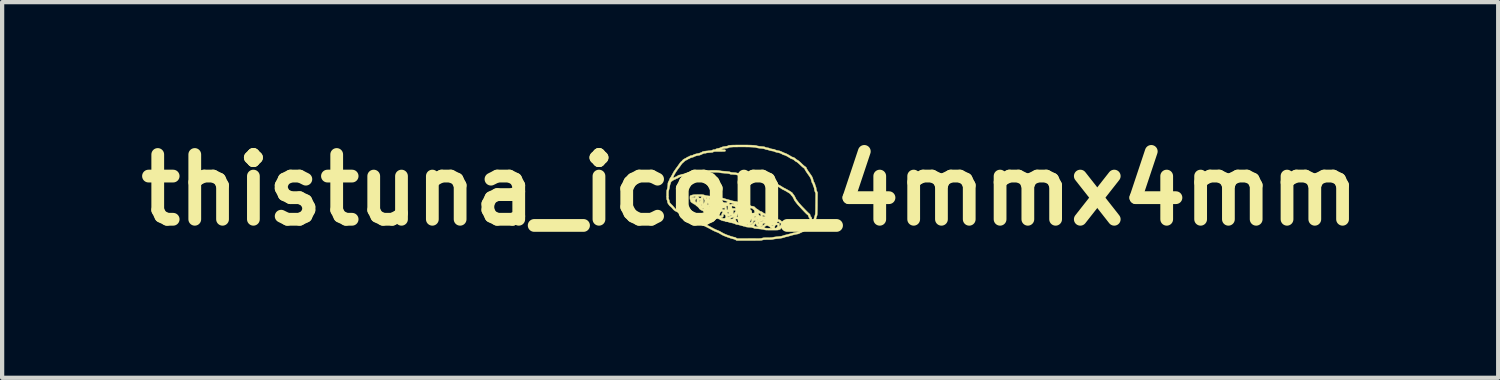
<source format=kicad_pcb>
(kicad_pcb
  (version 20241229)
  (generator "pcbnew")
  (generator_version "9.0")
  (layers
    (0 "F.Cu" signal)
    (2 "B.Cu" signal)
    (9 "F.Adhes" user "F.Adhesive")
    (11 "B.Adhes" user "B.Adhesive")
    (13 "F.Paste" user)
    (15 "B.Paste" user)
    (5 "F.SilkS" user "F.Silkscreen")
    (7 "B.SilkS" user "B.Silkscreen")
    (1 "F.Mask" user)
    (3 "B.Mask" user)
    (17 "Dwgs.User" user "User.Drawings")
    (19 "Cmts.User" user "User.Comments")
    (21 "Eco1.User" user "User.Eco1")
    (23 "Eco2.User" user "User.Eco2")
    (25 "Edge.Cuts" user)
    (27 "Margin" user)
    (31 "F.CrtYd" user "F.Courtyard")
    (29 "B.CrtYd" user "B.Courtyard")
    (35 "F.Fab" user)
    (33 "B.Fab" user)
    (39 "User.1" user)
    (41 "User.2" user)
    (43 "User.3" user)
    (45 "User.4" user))
  (footprint "thistuna_icon_4mmx4mm"
    (layer "F.Cu")
    (at 14.594 1.418)
    (property "Reference" "thistuna_icon_4mmx4mm" (at 0 0 0) (layer "F.SilkS") (effects (font (size 1.524 1.524) (thickness 0.3))))
    (attr through_hole)
    (fp_poly (pts (xy -0.136 -1.058) (xy -0.072 -1.057) (xy -0.015 -1.056) (xy 0.035 -1.054) (xy 0.077 -1.052) (xy 0.11 -1.049) (xy 0.135 -1.046) (xy 0.149 -1.042) (xy 0.15 -1.042) (xy 0.169 -1.036) (xy 0.197 -1.031) (xy 0.233 -1.026) (xy 0.276 -1.022) (xy 0.282 -1.022) (xy 0.31 -1.019) (xy 0.331 -1.016) (xy 0.347 -1.01) (xy 0.355 -1.006) (xy 0.377 -0.998) (xy 0.402 -0.993) (xy 0.409 -0.992) (xy 0.427 -0.99) (xy 0.443 -0.986) (xy 0.45 -0.983) (xy 0.464 -0.976) (xy 0.484 -0.97) (xy 0.507 -0.965) (xy 0.528 -0.961) (xy 0.541 -0.96) (xy 0.556 -0.958) (xy 0.575 -0.952) (xy 0.588 -0.945) (xy 0.62 -0.933) (xy 0.657 -0.925) (xy 0.661 -0.924) (xy 0.687 -0.92) (xy 0.711 -0.912) (xy 0.737 -0.901) (xy 0.752 -0.894) (xy 0.775 -0.883) (xy 0.797 -0.874) (xy 0.815 -0.866) (xy 0.823 -0.864) (xy 0.839 -0.858) (xy 0.861 -0.848) (xy 0.887 -0.834) (xy 0.915 -0.818) (xy 0.943 -0.802) (xy 0.963 -0.789) (xy 0.981 -0.779) (xy 1 -0.772) (xy 1.01 -0.769) (xy 1.025 -0.765) (xy 1.04 -0.757) (xy 1.057 -0.743) (xy 1.064 -0.738) (xy 1.082 -0.722) (xy 1.102 -0.709) (xy 1.119 -0.699) (xy 1.12 -0.698) (xy 1.135 -0.689) (xy 1.154 -0.674) (xy 1.178 -0.653) (xy 1.204 -0.628) (xy 1.226 -0.606) (xy 1.249 -0.585) (xy 1.269 -0.568) (xy 1.286 -0.555) (xy 1.292 -0.551) (xy 1.306 -0.541) (xy 1.317 -0.532) (xy 1.321 -0.526) (xy 1.324 -0.515) (xy 1.332 -0.497) (xy 1.345 -0.475) (xy 1.362 -0.449) (xy 1.382 -0.42) (xy 1.391 -0.407) (xy 1.417 -0.371) (xy 1.437 -0.342) (xy 1.453 -0.317) (xy 1.464 -0.295) (xy 1.472 -0.275) (xy 1.478 -0.255) (xy 1.481 -0.243) (xy 1.489 -0.212) (xy 1.499 -0.188) (xy 1.505 -0.178) (xy 1.515 -0.161) (xy 1.523 -0.143) (xy 1.524 -0.135) (xy 1.529 -0.119) (xy 1.535 -0.099) (xy 1.541 -0.084) (xy 1.55 -0.059) (xy 1.554 -0.035) (xy 1.554 -0.029) (xy 1.558 -0.002) (xy 1.57 0.029) (xy 1.585 0.063) (xy 1.583 0.31) (xy 1.583 0.372) (xy 1.582 0.425) (xy 1.581 0.469) (xy 1.58 0.506) (xy 1.579 0.536) (xy 1.578 0.559) (xy 1.577 0.578) (xy 1.575 0.592) (xy 1.573 0.603) (xy 1.57 0.611) (xy 1.567 0.616) (xy 1.567 0.617) (xy 1.562 0.628) (xy 1.557 0.644) (xy 1.555 0.654) (xy 1.551 0.671) (xy 1.543 0.693) (xy 1.532 0.72) (xy 1.517 0.754) (xy 1.501 0.791) (xy 1.493 0.806) (xy 1.485 0.817) (xy 1.481 0.821) (xy 1.474 0.828) (xy 1.473 0.833) (xy 1.471 0.843) (xy 1.468 0.846) (xy 1.465 0.853) (xy 1.463 0.865) (xy 1.463 0.865) (xy 1.461 0.879) (xy 1.457 0.888) (xy 1.457 0.888) (xy 1.446 0.893) (xy 1.432 0.893) (xy 1.424 0.889) (xy 1.42 0.887) (xy 1.413 0.888) (xy 1.403 0.892) (xy 1.388 0.899) (xy 1.368 0.909) (xy 1.341 0.924) (xy 1.308 0.943) (xy 1.267 0.967) (xy 1.259 0.972) (xy 1.238 0.983) (xy 1.216 0.994) (xy 1.198 1.003) (xy 1.179 1.011) (xy 1.161 1.02) (xy 1.153 1.024) (xy 1.136 1.032) (xy 1.113 1.037) (xy 1.102 1.038) (xy 1.082 1.042) (xy 1.054 1.048) (xy 1.019 1.056) (xy 0.98 1.066) (xy 0.939 1.078) (xy 0.898 1.09) (xy 0.878 1.096) (xy 0.86 1.1) (xy 0.848 1.102) (xy 0.847 1.102) (xy 0.837 1.104) (xy 0.821 1.109) (xy 0.801 1.115) (xy 0.792 1.118) (xy 0.754 1.129) (xy 0.713 1.137) (xy 0.704 1.138) (xy 0.66 1.143) (xy 0.624 1.146) (xy 0.596 1.15) (xy 0.574 1.153) (xy 0.556 1.156) (xy 0.541 1.159) (xy 0.536 1.16) (xy 0.518 1.164) (xy 0.493 1.166) (xy 0.461 1.168) (xy 0.42 1.168) (xy 0.411 1.168) (xy 0.376 1.168) (xy 0.349 1.169) (xy 0.329 1.17) (xy 0.313 1.172) (xy 0.3 1.175) (xy 0.288 1.178) (xy 0.287 1.179) (xy 0.28 1.181) (xy 0.273 1.183) (xy 0.265 1.184) (xy 0.255 1.185) (xy 0.242 1.186) (xy 0.225 1.187) (xy 0.203 1.188) (xy 0.176 1.188) (xy 0.142 1.188) (xy 0.102 1.189) (xy 0.053 1.189) (xy -0.005 1.189) (xy -0.03 1.189) (xy -0.318 1.189) (xy -0.341 1.174) (xy -0.359 1.165) (xy -0.381 1.157) (xy -0.399 1.152) (xy -0.424 1.146) (xy -0.451 1.138) (xy -0.483 1.127) (xy -0.522 1.114) (xy -0.567 1.097) (xy -0.584 1.091) (xy -0.63 1.072) (xy -0.668 1.053) (xy -0.698 1.035) (xy -0.744 1.008) (xy -0.792 0.988) (xy -0.793 0.988) (xy -0.824 0.976) (xy -0.862 0.958) (xy -0.904 0.936) (xy -0.925 0.924) (xy -0.959 0.906) (xy -0.999 0.885) (xy -1.04 0.865) (xy -1.079 0.846) (xy -1.097 0.838) (xy -1.128 0.824) (xy -1.159 0.811) (xy -1.186 0.798) (xy -1.208 0.788) (xy -1.222 0.781) (xy -1.24 0.773) (xy -1.265 0.762) (xy -1.293 0.75) (xy -1.322 0.738) (xy -1.326 0.736) (xy -1.362 0.721) (xy -1.399 0.703) (xy -1.438 0.681) (xy -1.481 0.654) (xy -1.53 0.623) (xy -1.568 0.596) (xy -1.593 0.58) (xy -1.621 0.564) (xy -1.649 0.549) (xy -1.66 0.544) (xy -1.698 0.527) (xy -1.728 0.513) (xy -1.751 0.501) (xy -1.77 0.49) (xy -1.785 0.479) (xy -1.799 0.467) (xy -1.812 0.453) (xy -1.821 0.442) (xy -1.838 0.422) (xy -1.855 0.404) (xy -1.871 0.39) (xy -1.878 0.385) (xy -1.89 0.375) (xy -1.898 0.368) (xy -1.9 0.365) (xy -1.903 0.359) (xy -1.911 0.349) (xy -1.917 0.342) (xy -1.935 0.315) (xy -1.945 0.287) (xy -1.946 0.273) (xy -1.948 0.259) (xy -1.954 0.243) (xy -1.956 0.239) (xy -1.959 0.231) (xy -1.962 0.222) (xy -1.964 0.212) (xy -1.965 0.197) (xy -1.966 0.176) (xy -1.966 0.148) (xy -1.966 0.117) (xy -1.966 0.116) (xy -1.92 0.116) (xy -1.92 0.149) (xy -1.92 0.173) (xy -1.919 0.191) (xy -1.917 0.203) (xy -1.915 0.213) (xy -1.911 0.222) (xy -1.91 0.224) (xy -1.904 0.241) (xy -1.9 0.258) (xy -1.9 0.261) (xy -1.899 0.275) (xy -1.896 0.288) (xy -1.889 0.3) (xy -1.877 0.315) (xy -1.859 0.334) (xy -1.85 0.343) (xy -1.829 0.363) (xy -1.809 0.385) (xy -1.791 0.406) (xy -1.782 0.416) (xy -1.772 0.428) (xy -1.762 0.438) (xy -1.752 0.447) (xy -1.739 0.455) (xy -1.722 0.465) (xy -1.699 0.476) (xy -1.67 0.489) (xy -1.646 0.5) (xy -1.617 0.515) (xy -1.584 0.532) (xy -1.552 0.551) (xy -1.531 0.565) (xy -1.489 0.594) (xy -1.452 0.618) (xy -1.421 0.638) (xy -1.392 0.654) (xy -1.365 0.669) (xy -1.338 0.682) (xy -1.309 0.695) (xy -1.294 0.701) (xy -1.23 0.728) (xy -1.166 0.756) (xy -1.105 0.784) (xy -1.047 0.811) (xy -0.993 0.837) (xy -0.946 0.861) (xy -0.907 0.882) (xy -0.899 0.886) (xy -0.855 0.91) (xy -0.815 0.93) (xy -0.78 0.944) (xy -0.77 0.948) (xy -0.718 0.97) (xy -0.673 0.996) (xy -0.628 1.022) (xy -0.576 1.045) (xy -0.561 1.051) (xy -0.51 1.07) (xy -0.466 1.085) (xy -0.428 1.097) (xy -0.397 1.106) (xy -0.376 1.11) (xy -0.375 1.11) (xy -0.355 1.115) (xy -0.335 1.124) (xy -0.329 1.128) (xy -0.307 1.142) (xy -0.027 1.143) (xy 0.033 1.143) (xy 0.084 1.143) (xy 0.127 1.143) (xy 0.163 1.142) (xy 0.192 1.142) (xy 0.215 1.142) (xy 0.233 1.141) (xy 0.247 1.14) (xy 0.258 1.139) (xy 0.266 1.137) (xy 0.274 1.135) (xy 0.28 1.133) (xy 0.282 1.133) (xy 0.294 1.129) (xy 0.307 1.126) (xy 0.322 1.125) (xy 0.341 1.123) (xy 0.367 1.123) (xy 0.401 1.123) (xy 0.406 1.123) (xy 0.448 1.122) (xy 0.482 1.121) (xy 0.508 1.119) (xy 0.528 1.116) (xy 0.533 1.115) (xy 0.553 1.11) (xy 0.577 1.106) (xy 0.606 1.102) (xy 0.642 1.098) (xy 0.686 1.094) (xy 0.699 1.092) (xy 0.726 1.089) (xy 0.751 1.083) (xy 0.77 1.077) (xy 0.787 1.071) (xy 0.809 1.064) (xy 0.834 1.058) (xy 0.841 1.056) (xy 0.864 1.051) (xy 0.893 1.044) (xy 0.924 1.035) (xy 0.954 1.027) (xy 0.955 1.026) (xy 0.985 1.018) (xy 1.016 1.01) (xy 1.045 1.003) (xy 1.069 0.998) (xy 1.069 0.998) (xy 1.093 0.993) (xy 1.115 0.988) (xy 1.132 0.982) (xy 1.135 0.981) (xy 1.151 0.973) (xy 1.171 0.964) (xy 1.189 0.955) (xy 1.208 0.946) (xy 1.232 0.933) (xy 1.257 0.919) (xy 1.27 0.912) (xy 1.295 0.898) (xy 1.322 0.883) (xy 1.346 0.869) (xy 1.356 0.864) (xy 1.381 0.851) (xy 1.398 0.84) (xy 1.409 0.832) (xy 1.415 0.822) (xy 1.417 0.811) (xy 1.416 0.796) (xy 1.415 0.787) (xy 1.412 0.749) (xy 1.409 0.72) (xy 1.407 0.699) (xy 1.404 0.683) (xy 1.4 0.672) (xy 1.396 0.664) (xy 1.391 0.659) (xy 1.381 0.645) (xy 1.373 0.625) (xy 1.372 0.62) (xy 1.366 0.603) (xy 1.359 0.591) (xy 1.347 0.582) (xy 1.337 0.574) (xy 1.321 0.56) (xy 1.303 0.542) (xy 1.284 0.522) (xy 1.279 0.518) (xy 1.257 0.494) (xy 1.231 0.467) (xy 1.204 0.438) (xy 1.178 0.41) (xy 1.17 0.401) (xy 1.149 0.378) (xy 1.129 0.356) (xy 1.112 0.337) (xy 1.1 0.322) (xy 1.095 0.315) (xy 1.082 0.298) (xy 1.067 0.279) (xy 1.061 0.272) (xy 1.051 0.258) (xy 1.039 0.238) (xy 1.028 0.215) (xy 1.024 0.208) (xy 1.008 0.175) (xy 0.99 0.15) (xy 0.985 0.144) (xy 0.972 0.13) (xy 0.961 0.116) (xy 0.958 0.109) (xy 0.948 0.097) (xy 0.931 0.082) (xy 0.916 0.072) (xy 0.891 0.057) (xy 0.865 0.041) (xy 0.838 0.025) (xy 0.813 0.012) (xy 0.792 0.001) (xy 0.777 -0.006) (xy 0.775 -0.007) (xy 0.763 -0.012) (xy 0.747 -0.022) (xy 0.73 -0.033) (xy 0.698 -0.055) (xy 0.659 -0.077) (xy 0.615 -0.099) (xy 0.569 -0.119) (xy 0.524 -0.137) (xy 0.482 -0.151) (xy 0.454 -0.158) (xy 0.425 -0.167) (xy 0.397 -0.182) (xy 0.396 -0.183) (xy 0.363 -0.201) (xy 0.336 -0.208) (xy 0.316 -0.212) (xy 0.297 -0.218) (xy 0.287 -0.221) (xy 0.269 -0.228) (xy 0.243 -0.237) (xy 0.214 -0.245) (xy 0.183 -0.254) (xy 0.155 -0.262) (xy 0.131 -0.267) (xy 0.122 -0.269) (xy 0.103 -0.274) (xy 0.085 -0.28) (xy 0.076 -0.285) (xy 0.06 -0.292) (xy 0.045 -0.295) (xy 0.033 -0.296) (xy 0.014 -0.3) (xy -0.009 -0.305) (xy -0.02 -0.308) (xy -0.043 -0.313) (xy -0.067 -0.318) (xy -0.094 -0.322) (xy -0.127 -0.326) (xy -0.166 -0.329) (xy -0.213 -0.333) (xy -0.218 -0.333) (xy -0.242 -0.336) (xy -0.266 -0.34) (xy -0.285 -0.345) (xy -0.287 -0.346) (xy -0.335 -0.359) (xy -0.391 -0.365) (xy -0.415 -0.366) (xy -0.443 -0.367) (xy -0.463 -0.37) (xy -0.474 -0.374) (xy -0.485 -0.379) (xy -0.501 -0.383) (xy -0.523 -0.387) (xy -0.551 -0.39) (xy -0.587 -0.393) (xy -0.625 -0.396) (xy -0.653 -0.398) (xy -0.681 -0.401) (xy -0.705 -0.405) (xy -0.722 -0.408) (xy -0.723 -0.409) (xy -0.731 -0.411) (xy -0.74 -0.412) (xy -0.752 -0.413) (xy -0.767 -0.414) (xy -0.787 -0.415) (xy -0.812 -0.415) (xy -0.843 -0.415) (xy -0.881 -0.415) (xy -0.928 -0.415) (xy -0.982 -0.414) (xy -1.05 -0.414) (xy -1.109 -0.413) (xy -1.159 -0.412) (xy -1.2 -0.411) (xy -1.234 -0.41) (xy -1.261 -0.408) (xy -1.281 -0.407) (xy -1.295 -0.405) (xy -1.304 -0.403) (xy -1.308 -0.401) (xy -1.315 -0.398) (xy -1.329 -0.397) (xy -1.343 -0.396) (xy -1.366 -0.395) (xy -1.386 -0.389) (xy -1.407 -0.381) (xy -1.43 -0.371) (xy -1.455 -0.362) (xy -1.472 -0.358) (xy -1.495 -0.351) (xy -1.519 -0.343) (xy -1.532 -0.338) (xy -1.551 -0.331) (xy -1.568 -0.326) (xy -1.577 -0.325) (xy -1.594 -0.323) (xy -1.608 -0.318) (xy -1.623 -0.312) (xy -1.641 -0.308) (xy -1.646 -0.307) (xy -1.67 -0.299) (xy -1.684 -0.29) (xy -1.698 -0.28) (xy -1.713 -0.273) (xy -1.715 -0.273) (xy -1.73 -0.268) (xy -1.746 -0.26) (xy -1.75 -0.257) (xy -1.764 -0.249) (xy -1.777 -0.244) (xy -1.78 -0.244) (xy -1.792 -0.24) (xy -1.801 -0.234) (xy -1.81 -0.226) (xy -1.816 -0.224) (xy -1.824 -0.22) (xy -1.831 -0.213) (xy -1.842 -0.206) (xy -1.85 -0.203) (xy -1.858 -0.199) (xy -1.859 -0.193) (xy -1.862 -0.184) (xy -1.864 -0.18) (xy -1.869 -0.173) (xy -1.869 -0.168) (xy -1.872 -0.157) (xy -1.877 -0.144) (xy -1.878 -0.143) (xy -1.882 -0.13) (xy -1.887 -0.111) (xy -1.891 -0.089) (xy -1.893 -0.08) (xy -1.898 -0.054) (xy -1.903 -0.029) (xy -1.909 -0.007) (xy -1.91 -0.003) (xy -1.914 0.011) (xy -1.917 0.025) (xy -1.919 0.042) (xy -1.92 0.064) (xy -1.92 0.093) (xy -1.92 0.116) (xy -1.966 0.116) (xy -1.966 0.08) (xy -1.965 0.051) (xy -1.964 0.03) (xy -1.963 0.014) (xy -1.96 0.003) (xy -1.958 -0.004) (xy -1.952 -0.022) (xy -1.946 -0.047) (xy -1.941 -0.076) (xy -1.938 -0.105) (xy -1.936 -0.132) (xy -1.936 -0.139) (xy -1.935 -0.157) (xy -1.931 -0.172) (xy -1.925 -0.188) (xy -1.915 -0.206) (xy -1.906 -0.225) (xy -1.899 -0.241) (xy -1.895 -0.251) (xy -1.895 -0.253) (xy -1.892 -0.262) (xy -1.889 -0.267) (xy -1.836 -0.267) (xy -1.822 -0.278) (xy -1.808 -0.286) (xy -1.794 -0.29) (xy -1.793 -0.29) (xy -1.781 -0.292) (xy -1.773 -0.297) (xy -1.765 -0.303) (xy -1.751 -0.309) (xy -1.744 -0.312) (xy -1.726 -0.32) (xy -1.708 -0.332) (xy -1.704 -0.335) (xy -1.687 -0.347) (xy -1.67 -0.35) (xy -1.667 -0.351) (xy -1.65 -0.353) (xy -1.632 -0.359) (xy -1.629 -0.361) (xy -1.612 -0.367) (xy -1.593 -0.371) (xy -1.591 -0.371) (xy -1.575 -0.373) (xy -1.556 -0.378) (xy -1.541 -0.384) (xy -1.52 -0.392) (xy -1.497 -0.399) (xy -1.485 -0.402) (xy -1.466 -0.407) (xy -1.443 -0.415) (xy -1.424 -0.423) (xy -1.408 -0.429) (xy -1.39 -0.435) (xy -1.369 -0.441) (xy -1.344 -0.445) (xy -1.315 -0.449) (xy -1.281 -0.452) (xy -1.241 -0.454) (xy -1.194 -0.456) (xy -1.14 -0.458) (xy -1.078 -0.459) (xy -1.006 -0.46) (xy -0.982 -0.46) (xy -0.925 -0.461) (xy -0.878 -0.461) (xy -0.84 -0.461) (xy -0.808 -0.461) (xy -0.783 -0.461) (xy -0.763 -0.46) (xy -0.748 -0.459) (xy -0.736 -0.458) (xy -0.726 -0.456) (xy -0.718 -0.455) (xy -0.718 -0.454) (xy -0.701 -0.451) (xy -0.678 -0.447) (xy -0.65 -0.444) (xy -0.622 -0.442) (xy -0.62 -0.442) (xy -0.575 -0.438) (xy -0.54 -0.435) (xy -0.512 -0.432) (xy -0.492 -0.429) (xy -0.476 -0.425) (xy -0.465 -0.421) (xy -0.464 -0.42) (xy -0.448 -0.415) (xy -0.424 -0.412) (xy -0.408 -0.411) (xy -0.345 -0.407) (xy -0.286 -0.394) (xy -0.279 -0.392) (xy -0.261 -0.387) (xy -0.235 -0.382) (xy -0.204 -0.378) (xy -0.172 -0.374) (xy -0.14 -0.372) (xy -0.113 -0.371) (xy -0.112 -0.371) (xy -0.097 -0.37) (xy -0.074 -0.366) (xy -0.048 -0.361) (xy -0.025 -0.356) (xy -0.00005 -0.35) (xy 0.024 -0.345) (xy 0.043 -0.341) (xy 0.054 -0.34) (xy 0.071 -0.338) (xy 0.089 -0.331) (xy 0.094 -0.328) (xy 0.112 -0.32) (xy 0.133 -0.314) (xy 0.137 -0.313) (xy 0.154 -0.309) (xy 0.178 -0.303) (xy 0.207 -0.295) (xy 0.239 -0.285) (xy 0.271 -0.275) (xy 0.295 -0.267) (xy 0.317 -0.26) (xy 0.339 -0.254) (xy 0.354 -0.252) (xy 0.379 -0.245) (xy 0.407 -0.231) (xy 0.415 -0.226) (xy 0.434 -0.215) (xy 0.452 -0.206) (xy 0.466 -0.201) (xy 0.467 -0.201) (xy 0.501 -0.192) (xy 0.541 -0.179) (xy 0.584 -0.162) (xy 0.629 -0.142) (xy 0.673 -0.12) (xy 0.713 -0.098) (xy 0.739 -0.082) (xy 0.761 -0.068) (xy 0.784 -0.054) (xy 0.804 -0.043) (xy 0.805 -0.043) (xy 0.844 -0.023) (xy 0.88 -0.003) (xy 0.914 0.016) (xy 0.943 0.034) (xy 0.966 0.049) (xy 0.984 0.062) (xy 0.994 0.071) (xy 0.996 0.075) (xy 0.999 0.083) (xy 1.006 0.09) (xy 1.013 0.098) (xy 1.016 0.104) (xy 1.019 0.11) (xy 1.027 0.12) (xy 1.031 0.124) (xy 1.04 0.136) (xy 1.05 0.154) (xy 1.061 0.175) (xy 1.064 0.183) (xy 1.075 0.205) (xy 1.086 0.225) (xy 1.096 0.24) (xy 1.099 0.244) (xy 1.112 0.259) (xy 1.126 0.278) (xy 1.131 0.284) (xy 1.14 0.297) (xy 1.156 0.316) (xy 1.177 0.339) (xy 1.201 0.366) (xy 1.228 0.395) (xy 1.257 0.425) (xy 1.286 0.455) (xy 1.314 0.484) (xy 1.34 0.51) (xy 1.363 0.533) (xy 1.381 0.55) (xy 1.393 0.56) (xy 1.405 0.571) (xy 1.411 0.584) (xy 1.414 0.599) (xy 1.418 0.615) (xy 1.423 0.625) (xy 1.429 0.629) (xy 1.438 0.637) (xy 1.445 0.654) (xy 1.45 0.675) (xy 1.453 0.699) (xy 1.453 0.705) (xy 1.454 0.722) (xy 1.458 0.741) (xy 1.459 0.743) (xy 1.465 0.762) (xy 1.471 0.746) (xy 1.477 0.731) (xy 1.484 0.713) (xy 1.489 0.704) (xy 1.496 0.686) (xy 1.504 0.664) (xy 1.511 0.64) (xy 1.512 0.635) (xy 1.519 0.612) (xy 1.525 0.591) (xy 1.529 0.575) (xy 1.53 0.572) (xy 1.532 0.56) (xy 1.533 0.539) (xy 1.535 0.508) (xy 1.536 0.467) (xy 1.537 0.416) (xy 1.537 0.355) (xy 1.538 0.315) (xy 1.54 0.078) (xy 1.524 0.041) (xy 1.515 0.014) (xy 1.509 -0.01) (xy 1.509 -0.02) (xy 1.505 -0.047) (xy 1.494 -0.075) (xy 1.486 -0.094) (xy 1.48 -0.11) (xy 1.478 -0.121) (xy 1.475 -0.134) (xy 1.468 -0.149) (xy 1.464 -0.155) (xy 1.452 -0.176) (xy 1.443 -0.204) (xy 1.44 -0.218) (xy 1.434 -0.241) (xy 1.427 -0.263) (xy 1.417 -0.284) (xy 1.403 -0.308) (xy 1.384 -0.336) (xy 1.36 -0.37) (xy 1.36 -0.37) (xy 1.337 -0.402) (xy 1.317 -0.432) (xy 1.301 -0.458) (xy 1.289 -0.478) (xy 1.283 -0.493) (xy 1.283 -0.494) (xy 1.276 -0.505) (xy 1.263 -0.514) (xy 1.261 -0.516) (xy 1.251 -0.522) (xy 1.236 -0.535) (xy 1.216 -0.552) (xy 1.195 -0.572) (xy 1.176 -0.59) (xy 1.154 -0.611) (xy 1.134 -0.629) (xy 1.116 -0.644) (xy 1.104 -0.654) (xy 1.097 -0.658) (xy 1.08 -0.666) (xy 1.058 -0.681) (xy 1.032 -0.703) (xy 1.028 -0.706) (xy 1.006 -0.722) (xy 0.986 -0.728) (xy 0.968 -0.734) (xy 0.949 -0.743) (xy 0.94 -0.749) (xy 0.916 -0.765) (xy 0.889 -0.781) (xy 0.863 -0.796) (xy 0.838 -0.808) (xy 0.817 -0.817) (xy 0.802 -0.822) (xy 0.801 -0.822) (xy 0.784 -0.826) (xy 0.769 -0.832) (xy 0.767 -0.833) (xy 0.726 -0.857) (xy 0.681 -0.873) (xy 0.649 -0.88) (xy 0.614 -0.887) (xy 0.583 -0.897) (xy 0.578 -0.9) (xy 0.56 -0.908) (xy 0.543 -0.913) (xy 0.533 -0.914) (xy 0.521 -0.916) (xy 0.503 -0.919) (xy 0.483 -0.923) (xy 0.462 -0.929) (xy 0.444 -0.934) (xy 0.432 -0.938) (xy 0.429 -0.94) (xy 0.422 -0.942) (xy 0.408 -0.945) (xy 0.398 -0.946) (xy 0.376 -0.951) (xy 0.354 -0.958) (xy 0.347 -0.961) (xy 0.323 -0.969) (xy 0.292 -0.974) (xy 0.274 -0.976) (xy 0.231 -0.98) (xy 0.194 -0.985) (xy 0.166 -0.99) (xy 0.146 -0.995) (xy 0.145 -0.996) (xy 0.13 -1) (xy 0.106 -1.003) (xy 0.074 -1.006) (xy 0.032 -1.008) (xy -0.017 -1.01) (xy -0.074 -1.011) (xy -0.137 -1.012) (xy -0.201 -1.012) (xy -0.264 -1.012) (xy -0.318 -1.011) (xy -0.363 -1.011) (xy -0.401 -1.01) (xy -0.431 -1.008) (xy -0.455 -1.007) (xy -0.473 -1.005) (xy -0.486 -1.002) (xy -0.495 -0.999) (xy -0.5 -0.996) (xy -0.5 -0.996) (xy -0.513 -0.989) (xy -0.533 -0.985) (xy -0.541 -0.984) (xy -0.578 -0.98) (xy -0.606 -0.976) (xy -0.628 -0.972) (xy -0.644 -0.969) (xy -0.657 -0.964) (xy -0.663 -0.961) (xy -0.683 -0.95) (xy -0.641 -0.95) (xy -0.614 -0.949) (xy -0.595 -0.946) (xy -0.584 -0.941) (xy -0.58 -0.933) (xy -0.579 -0.928) (xy -0.579 -0.921) (xy -0.581 -0.916) (xy -0.586 -0.912) (xy -0.594 -0.909) (xy -0.606 -0.907) (xy -0.625 -0.905) (xy -0.65 -0.905) (xy -0.684 -0.904) (xy -0.724 -0.904) (xy -0.764 -0.904) (xy -0.796 -0.904) (xy -0.82 -0.904) (xy -0.837 -0.903) (xy -0.849 -0.902) (xy -0.856 -0.9) (xy -0.862 -0.898) (xy -0.865 -0.895) (xy -0.866 -0.894) (xy -0.869 -0.891) (xy -0.873 -0.889) (xy -0.879 -0.886) (xy -0.889 -0.885) (xy -0.903 -0.883) (xy -0.923 -0.881) (xy -0.951 -0.879) (xy -0.986 -0.876) (xy -1.006 -0.874) (xy -1.022 -0.872) (xy -1.032 -0.869) (xy -1.034 -0.868) (xy -1.041 -0.865) (xy -1.055 -0.864) (xy -1.063 -0.864) (xy -1.086 -0.861) (xy -1.106 -0.854) (xy -1.14 -0.837) (xy -1.171 -0.824) (xy -1.196 -0.816) (xy -1.215 -0.813) (xy -1.216 -0.813) (xy -1.237 -0.81) (xy -1.262 -0.804) (xy -1.288 -0.796) (xy -1.311 -0.787) (xy -1.319 -0.782) (xy -1.333 -0.775) (xy -1.352 -0.769) (xy -1.368 -0.765) (xy -1.391 -0.758) (xy -1.411 -0.75) (xy -1.419 -0.745) (xy -1.432 -0.736) (xy -1.444 -0.732) (xy -1.446 -0.732) (xy -1.457 -0.728) (xy -1.465 -0.722) (xy -1.475 -0.714) (xy -1.49 -0.707) (xy -1.5 -0.703) (xy -1.527 -0.689) (xy -1.549 -0.671) (xy -1.564 -0.656) (xy -1.578 -0.643) (xy -1.586 -0.636) (xy -1.598 -0.626) (xy -1.607 -0.616) (xy -1.607 -0.616) (xy -1.614 -0.606) (xy -1.624 -0.591) (xy -1.638 -0.571) (xy -1.657 -0.545) (xy -1.682 -0.512) (xy -1.689 -0.503) (xy -1.715 -0.467) (xy -1.739 -0.431) (xy -1.761 -0.397) (xy -1.78 -0.365) (xy -1.794 -0.337) (xy -1.802 -0.32) (xy -1.81 -0.302) (xy -1.82 -0.286) (xy -1.823 -0.282) (xy -1.836 -0.267) (xy -1.889 -0.267) (xy -1.884 -0.275) (xy -1.875 -0.29) (xy -1.861 -0.31) (xy -1.848 -0.334) (xy -1.839 -0.35) (xy -1.798 -0.427) (xy -1.746 -0.503) (xy -1.735 -0.518) (xy -1.716 -0.543) (xy -1.696 -0.571) (xy -1.678 -0.597) (xy -1.665 -0.615) (xy -1.651 -0.635) (xy -1.637 -0.653) (xy -1.624 -0.666) (xy -1.618 -0.671) (xy -1.606 -0.68) (xy -1.599 -0.689) (xy -1.598 -0.691) (xy -1.591 -0.7) (xy -1.578 -0.711) (xy -1.56 -0.724) (xy -1.541 -0.735) (xy -1.526 -0.742) (xy -1.509 -0.751) (xy -1.492 -0.761) (xy -1.487 -0.765) (xy -1.475 -0.773) (xy -1.464 -0.777) (xy -1.462 -0.777) (xy -1.452 -0.78) (xy -1.439 -0.788) (xy -1.434 -0.791) (xy -1.411 -0.803) (xy -1.386 -0.809) (xy -1.367 -0.813) (xy -1.349 -0.819) (xy -1.341 -0.823) (xy -1.326 -0.831) (xy -1.304 -0.839) (xy -1.278 -0.847) (xy -1.25 -0.854) (xy -1.224 -0.859) (xy -1.224 -0.859) (xy -1.196 -0.865) (xy -1.166 -0.876) (xy -1.137 -0.889) (xy -1.125 -0.897) (xy -1.115 -0.902) (xy -1.102 -0.906) (xy -1.084 -0.91) (xy -1.059 -0.913) (xy -1.027 -0.917) (xy -1.003 -0.919) (xy -0.967 -0.923) (xy -0.94 -0.926) (xy -0.919 -0.929) (xy -0.905 -0.932) (xy -0.895 -0.935) (xy -0.888 -0.938) (xy -0.885 -0.94) (xy -0.869 -0.948) (xy -0.847 -0.95) (xy -0.845 -0.95) (xy -0.826 -0.951) (xy -0.816 -0.955) (xy -0.814 -0.958) (xy -0.807 -0.963) (xy -0.793 -0.968) (xy -0.776 -0.974) (xy -0.758 -0.978) (xy -0.743 -0.98) (xy -0.741 -0.98) (xy -0.732 -0.982) (xy -0.716 -0.988) (xy -0.697 -0.996) (xy -0.689 -0.999) (xy -0.642 -1.016) (xy -0.61 -1.022) (xy -0.58 -1.026) (xy -0.558 -1.029) (xy -0.543 -1.031) (xy -0.534 -1.034) (xy -0.527 -1.036) (xy -0.523 -1.04) (xy -0.521 -1.041) (xy -0.514 -1.045) (xy -0.5 -1.048) (xy -0.48 -1.051) (xy -0.453 -1.053) (xy -0.418 -1.055) (xy -0.376 -1.056) (xy -0.324 -1.057) (xy -0.263 -1.058) (xy -0.206 -1.058) (xy -0.136 -1.058)) (stroke (width 0.01) (type solid)) (fill yes) (layer "F.SilkS"))
    (fp_poly (pts (xy -1.164 0.108) (xy -1.138 0.108) (xy -1.119 0.11) (xy -1.108 0.111) (xy -1.107 0.111) (xy -1.092 0.116) (xy -1.073 0.121) (xy -1.062 0.125) (xy -1.042 0.13) (xy -1.017 0.135) (xy -0.996 0.138) (xy -0.955 0.142) (xy -0.922 0.148) (xy -0.896 0.154) (xy -0.886 0.158) (xy -0.874 0.161) (xy -0.855 0.165) (xy -0.834 0.168) (xy -0.831 0.168) (xy -0.804 0.171) (xy -0.775 0.175) (xy -0.752 0.178) (xy -0.727 0.181) (xy -0.698 0.185) (xy -0.672 0.188) (xy -0.671 0.188) (xy -0.645 0.191) (xy -0.621 0.196) (xy -0.603 0.202) (xy -0.602 0.202) (xy -0.586 0.208) (xy -0.564 0.215) (xy -0.538 0.222) (xy -0.523 0.226) (xy -0.496 0.233) (xy -0.466 0.241) (xy -0.44 0.249) (xy -0.43 0.252) (xy -0.404 0.259) (xy -0.376 0.264) (xy -0.351 0.268) (xy -0.313 0.274) (xy -0.282 0.285) (xy -0.248 0.297) (xy -0.226 0.3) (xy -0.204 0.301) (xy -0.179 0.304) (xy -0.155 0.308) (xy -0.134 0.313) (xy -0.119 0.318) (xy -0.113 0.321) (xy -0.104 0.326) (xy -0.088 0.331) (xy -0.071 0.335) (xy -0.05 0.34) (xy -0.028 0.348) (xy -0.016 0.355) (xy -0.001 0.364) (xy 0.013 0.372) (xy 0.017 0.375) (xy 0.029 0.379) (xy 0.045 0.381) (xy 0.051 0.381) (xy 0.072 0.384) (xy 0.094 0.393) (xy 0.111 0.404) (xy 0.12 0.416) (xy 0.127 0.424) (xy 0.14 0.435) (xy 0.157 0.446) (xy 0.158 0.446) (xy 0.177 0.458) (xy 0.195 0.471) (xy 0.207 0.481) (xy 0.221 0.492) (xy 0.236 0.5) (xy 0.24 0.501) (xy 0.26 0.507) (xy 0.279 0.516) (xy 0.295 0.526) (xy 0.301 0.533) (xy 0.309 0.54) (xy 0.324 0.547) (xy 0.333 0.551) (xy 0.349 0.557) (xy 0.361 0.563) (xy 0.365 0.565) (xy 0.377 0.572) (xy 0.394 0.579) (xy 0.412 0.583) (xy 0.421 0.584) (xy 0.432 0.588) (xy 0.444 0.596) (xy 0.448 0.599) (xy 0.459 0.609) (xy 0.467 0.614) (xy 0.469 0.615) (xy 0.478 0.617) (xy 0.493 0.621) (xy 0.508 0.627) (xy 0.521 0.632) (xy 0.526 0.635) (xy 0.534 0.639) (xy 0.547 0.643) (xy 0.552 0.645) (xy 0.569 0.651) (xy 0.587 0.662) (xy 0.597 0.668) (xy 0.619 0.683) (xy 0.637 0.692) (xy 0.654 0.696) (xy 0.663 0.696) (xy 0.678 0.698) (xy 0.694 0.703) (xy 0.709 0.71) (xy 0.72 0.718) (xy 0.722 0.721) (xy 0.727 0.727) (xy 0.738 0.736) (xy 0.752 0.746) (xy 0.78 0.765) (xy 0.783 0.839) (xy 0.756 0.866) (xy 0.742 0.881) (xy 0.731 0.894) (xy 0.725 0.902) (xy 0.725 0.903) (xy 0.71 0.923) (xy 0.693 0.933) (xy 0.683 0.935) (xy 0.67 0.936) (xy 0.663 0.94) (xy 0.663 0.94) (xy 0.657 0.941) (xy 0.641 0.943) (xy 0.616 0.944) (xy 0.583 0.944) (xy 0.541 0.944) (xy 0.506 0.944) (xy 0.461 0.944) (xy 0.426 0.944) (xy 0.397 0.943) (xy 0.376 0.943) (xy 0.36 0.941) (xy 0.349 0.94) (xy 0.34 0.938) (xy 0.335 0.936) (xy 0.321 0.931) (xy 0.301 0.927) (xy 0.28 0.924) (xy 0.279 0.924) (xy 0.256 0.921) (xy 0.228 0.918) (xy 0.2 0.915) (xy 0.193 0.914) (xy 0.168 0.911) (xy 0.143 0.909) (xy 0.122 0.907) (xy 0.117 0.906) (xy 0.097 0.903) (xy 0.083 0.897) (xy 0.079 0.894) (xy 0.071 0.89) (xy 0.06 0.886) (xy 0.043 0.883) (xy 0.032 0.881) (xy 0.324 0.881) (xy 0.344 0.89) (xy 0.354 0.894) (xy 0.367 0.896) (xy 0.384 0.898) (xy 0.408 0.899) (xy 0.437 0.899) (xy 0.511 0.899) (xy 0.489 0.889) (xy 0.479 0.883) (xy 0.574 0.883) (xy 0.578 0.893) (xy 0.584 0.899) (xy 0.586 0.899) (xy 0.592 0.898) (xy 0.605 0.894) (xy 0.609 0.893) (xy 0.629 0.882) (xy 0.641 0.865) (xy 0.645 0.841) (xy 0.645 0.841) (xy 0.645 0.823) (xy 0.621 0.823) (xy 0.606 0.823) (xy 0.597 0.826) (xy 0.591 0.834) (xy 0.587 0.845) (xy 0.581 0.859) (xy 0.576 0.871) (xy 0.574 0.874) (xy 0.574 0.883) (xy 0.479 0.883) (xy 0.474 0.88) (xy 0.461 0.869) (xy 0.458 0.866) (xy 0.45 0.857) (xy 0.443 0.853) (xy 0.443 0.853) (xy 0.435 0.851) (xy 0.423 0.845) (xy 0.418 0.843) (xy 0.404 0.836) (xy 0.395 0.836) (xy 0.39 0.838) (xy 0.379 0.842) (xy 0.373 0.843) (xy 0.366 0.846) (xy 0.354 0.855) (xy 0.345 0.862) (xy 0.324 0.881) (xy 0.032 0.881) (xy 0.02 0.88) (xy -0.011 0.877) (xy -0.041 0.876) (xy -0.073 0.873) (xy -0.097 0.869) (xy -0.113 0.863) (xy -0.129 0.857) (xy -0.145 0.854) (xy -0.147 0.853) (xy -0.163 0.851) (xy -0.174 0.846) (xy -0.186 0.841) (xy -0.203 0.837) (xy -0.208 0.836) (xy 0.091 0.836) (xy 0.096 0.846) (xy 0.107 0.854) (xy 0.122 0.859) (xy 0.127 0.859) (xy 0.142 0.86) (xy 0.154 0.863) (xy 0.155 0.864) (xy 0.169 0.868) (xy 0.183 0.868) (xy 0.191 0.865) (xy 0.193 0.861) (xy 0.191 0.857) (xy 0.236 0.857) (xy 0.253 0.858) (xy 0.27 0.856) (xy 0.283 0.851) (xy 0.296 0.843) (xy 0.31 0.831) (xy 0.312 0.829) (xy 0.325 0.817) (xy 0.339 0.808) (xy 0.341 0.807) (xy 0.351 0.802) (xy 0.356 0.798) (xy 0.356 0.798) (xy 0.351 0.79) (xy 0.34 0.784) (xy 0.328 0.782) (xy 0.309 0.786) (xy 0.297 0.796) (xy 0.294 0.813) (xy 0.294 0.815) (xy 0.291 0.831) (xy 0.28 0.843) (xy 0.259 0.852) (xy 0.253 0.854) (xy 0.236 0.857) (xy 0.191 0.857) (xy 0.189 0.855) (xy 0.181 0.853) (xy 0.169 0.849) (xy 0.156 0.838) (xy 0.145 0.822) (xy 0.138 0.806) (xy 0.137 0.797) (xy 0.136 0.789) (xy 0.133 0.788) (xy 0.127 0.793) (xy 0.118 0.803) (xy 0.107 0.815) (xy 0.098 0.826) (xy 0.092 0.834) (xy 0.091 0.836) (xy -0.208 0.836) (xy -0.211 0.835) (xy -0.231 0.831) (xy -0.254 0.825) (xy -0.264 0.822) (xy -0.282 0.817) (xy -0.3 0.813) (xy -0.308 0.813) (xy -0.323 0.811) (xy -0.334 0.808) (xy -0.334 0.808) (xy -0.354 0.798) (xy -0.359 0.797) (xy -0.182 0.797) (xy -0.169 0.799) (xy -0.142 0.805) (xy -0.123 0.81) (xy -0.109 0.815) (xy -0.099 0.819) (xy -0.085 0.825) (xy -0.071 0.828) (xy -0.061 0.827) (xy -0.056 0.823) (xy -0.056 0.823) (xy -0.059 0.817) (xy -0.004 0.817) (xy 0 0.817) (xy 0.013 0.816) (xy 0.029 0.812) (xy 0.032 0.811) (xy 0.048 0.803) (xy 0.065 0.79) (xy 0.079 0.776) (xy 0.081 0.773) (xy 0.183 0.773) (xy 0.184 0.786) (xy 0.188 0.792) (xy 0.192 0.79) (xy 0.194 0.786) (xy 0.194 0.777) (xy 0.19 0.767) (xy 0.186 0.759) (xy 0.184 0.759) (xy 0.183 0.768) (xy 0.183 0.773) (xy 0.081 0.773) (xy 0.088 0.763) (xy 0.089 0.761) (xy 0.096 0.753) (xy 0.105 0.749) (xy 0.116 0.742) (xy 0.122 0.736) (xy 0.237 0.736) (xy 0.239 0.738) (xy 0.249 0.738) (xy 0.263 0.738) (xy 0.271 0.737) (xy 0.376 0.737) (xy 0.378 0.739) (xy 0.38 0.743) (xy 0.388 0.751) (xy 0.391 0.751) (xy 0.391 0.75) (xy 0.388 0.746) (xy 0.382 0.741) (xy 0.376 0.737) (xy 0.271 0.737) (xy 0.279 0.736) (xy 0.293 0.733) (xy 0.294 0.733) (xy 0.436 0.733) (xy 0.439 0.748) (xy 0.445 0.761) (xy 0.457 0.777) (xy 0.472 0.795) (xy 0.486 0.81) (xy 0.497 0.823) (xy 0.502 0.83) (xy 0.503 0.832) (xy 0.507 0.838) (xy 0.517 0.843) (xy 0.527 0.845) (xy 0.531 0.845) (xy 0.538 0.839) (xy 0.543 0.831) (xy 0.546 0.816) (xy 0.543 0.799) (xy 0.537 0.782) (xy 0.531 0.773) (xy 0.522 0.765) (xy 0.506 0.757) (xy 0.483 0.748) (xy 0.468 0.743) (xy 0.436 0.733) (xy 0.294 0.733) (xy 0.302 0.73) (xy 0.302 0.73) (xy 0.304 0.729) (xy 0.579 0.729) (xy 0.581 0.74) (xy 0.584 0.744) (xy 0.588 0.753) (xy 0.59 0.762) (xy 0.592 0.768) (xy 0.595 0.772) (xy 0.603 0.775) (xy 0.617 0.776) (xy 0.635 0.777) (xy 0.656 0.779) (xy 0.672 0.781) (xy 0.683 0.783) (xy 0.685 0.784) (xy 0.688 0.792) (xy 0.691 0.808) (xy 0.691 0.821) (xy 0.691 0.837) (xy 0.692 0.849) (xy 0.693 0.853) (xy 0.699 0.851) (xy 0.706 0.845) (xy 0.714 0.836) (xy 0.716 0.829) (xy 0.72 0.821) (xy 0.726 0.814) (xy 0.735 0.803) (xy 0.735 0.792) (xy 0.727 0.785) (xy 0.725 0.785) (xy 0.701 0.776) (xy 0.684 0.765) (xy 0.676 0.754) (xy 0.669 0.745) (xy 0.658 0.742) (xy 0.654 0.742) (xy 0.64 0.74) (xy 0.622 0.734) (xy 0.608 0.729) (xy 0.579 0.717) (xy 0.579 0.729) (xy 0.304 0.729) (xy 0.309 0.726) (xy 0.307 0.723) (xy 0.303 0.722) (xy 0.292 0.723) (xy 0.288 0.726) (xy 0.28 0.729) (xy 0.266 0.731) (xy 0.261 0.732) (xy 0.247 0.732) (xy 0.238 0.735) (xy 0.237 0.736) (xy 0.122 0.736) (xy 0.125 0.732) (xy 0.127 0.724) (xy 0.122 0.722) (xy 0.111 0.721) (xy 0.105 0.721) (xy 0.083 0.721) (xy 0.072 0.751) (xy 0.062 0.774) (xy 0.05 0.79) (xy 0.033 0.801) (xy 0.013 0.809) (xy -0.000304 0.814) (xy -0.004 0.817) (xy -0.059 0.817) (xy -0.06 0.815) (xy -0.069 0.806) (xy -0.08 0.797) (xy -0.09 0.793) (xy -0.092 0.793) (xy -0.101 0.791) (xy -0.116 0.787) (xy -0.128 0.783) (xy -0.155 0.773) (xy -0.169 0.785) (xy -0.182 0.797) (xy -0.359 0.797) (xy -0.38 0.789) (xy -0.408 0.78) (xy -0.434 0.774) (xy -0.447 0.772) (xy -0.471 0.768) (xy -0.497 0.76) (xy -0.51 0.755) (xy -0.533 0.747) (xy -0.555 0.742) (xy -0.562 0.742) (xy -0.576 0.741) (xy -0.585 0.738) (xy -0.587 0.737) (xy -0.593 0.734) (xy -0.395 0.734) (xy -0.391 0.737) (xy -0.383 0.741) (xy -0.382 0.739) (xy -0.384 0.737) (xy -0.391 0.732) (xy -0.393 0.732) (xy -0.395 0.734) (xy -0.593 0.734) (xy -0.593 0.733) (xy -0.606 0.731) (xy -0.609 0.731) (xy -0.628 0.729) (xy -0.652 0.723) (xy -0.676 0.714) (xy -0.696 0.704) (xy -0.71 0.694) (xy -0.713 0.693) (xy -0.552 0.693) (xy -0.551 0.696) (xy -0.549 0.696) (xy -0.544 0.694) (xy -0.545 0.693) (xy -0.551 0.692) (xy -0.552 0.693) (xy -0.713 0.693) (xy -0.722 0.687) (xy -0.345 0.687) (xy -0.343 0.697) (xy -0.336 0.713) (xy -0.326 0.73) (xy -0.316 0.745) (xy -0.307 0.756) (xy -0.306 0.757) (xy -0.287 0.766) (xy -0.263 0.766) (xy -0.247 0.762) (xy -0.244 0.761) (xy -0.01 0.761) (xy -0.007 0.767) (xy -0.006 0.767) (xy 0.00044 0.764) (xy 0.011 0.756) (xy 0.015 0.752) (xy 0.025 0.743) (xy 0.03 0.734) (xy 0.033 0.72) (xy 0.034 0.705) (xy 0.035 0.689) (xy 0.035 0.685) (xy 0.171 0.685) (xy 0.172 0.696) (xy 0.172 0.696) (xy 0.174 0.707) (xy 0.176 0.711) (xy 0.176 0.711) (xy 0.177 0.707) (xy 0.178 0.696) (xy 0.178 0.696) (xy 0.177 0.685) (xy 0.176 0.684) (xy 0.228 0.684) (xy 0.235 0.685) (xy 0.239 0.685) (xy 0.248 0.684) (xy 0.249 0.683) (xy 0.448 0.683) (xy 0.453 0.687) (xy 0.463 0.693) (xy 0.475 0.699) (xy 0.488 0.703) (xy 0.498 0.706) (xy 0.5 0.706) (xy 0.507 0.705) (xy 0.505 0.701) (xy 0.503 0.699) (xy 0.49 0.692) (xy 0.473 0.685) (xy 0.456 0.681) (xy 0.45 0.681) (xy 0.448 0.683) (xy 0.249 0.683) (xy 0.249 0.683) (xy 0.248 0.682) (xy 0.235 0.682) (xy 0.23 0.682) (xy 0.228 0.684) (xy 0.176 0.684) (xy 0.174 0.681) (xy 0.174 0.681) (xy 0.171 0.685) (xy 0.035 0.685) (xy 0.034 0.68) (xy 0.031 0.679) (xy 0.024 0.687) (xy 0.014 0.703) (xy 0.008 0.713) (xy -0.002 0.733) (xy -0.009 0.749) (xy -0.01 0.761) (xy -0.244 0.761) (xy -0.23 0.757) (xy -0.216 0.754) (xy -0.201 0.751) (xy -0.216 0.743) (xy -0.073 0.743) (xy -0.071 0.747) (xy -0.07 0.747) (xy -0.06 0.752) (xy -0.056 0.747) (xy -0.056 0.745) (xy -0.06 0.74) (xy -0.066 0.74) (xy -0.073 0.743) (xy -0.216 0.743) (xy -0.218 0.742) (xy -0.232 0.732) (xy -0.241 0.716) (xy -0.242 0.713) (xy -0.247 0.702) (xy -0.252 0.695) (xy -0.262 0.691) (xy -0.269 0.689) (xy -0.142 0.689) (xy -0.142 0.7) (xy -0.138 0.705) (xy -0.129 0.706) (xy -0.12 0.706) (xy -0.104 0.705) (xy -0.093 0.699) (xy -0.089 0.695) (xy -0.082 0.684) (xy -0.079 0.678) (xy 0.432 0.678) (xy 0.434 0.681) (xy 0.437 0.678) (xy 0.434 0.676) (xy 0.432 0.678) (xy -0.079 0.678) (xy -0.076 0.673) (xy -0.025 0.673) (xy -0.023 0.676) (xy -0.02 0.673) (xy -0.021 0.672) (xy 0.304 0.672) (xy 0.306 0.673) (xy 0.316 0.673) (xy 0.334 0.674) (xy 0.348 0.674) (xy 0.37 0.674) (xy 0.385 0.673) (xy 0.391 0.673) (xy 0.388 0.672) (xy 0.382 0.672) (xy 0.357 0.671) (xy 0.33 0.671) (xy 0.311 0.672) (xy 0.304 0.672) (xy -0.021 0.672) (xy -0.023 0.671) (xy -0.025 0.673) (xy -0.076 0.673) (xy -0.072 0.668) (xy -0.067 0.658) (xy -0.056 0.641) (xy -0.048 0.633) (xy 0.102 0.633) (xy 0.103 0.642) (xy 0.108 0.644) (xy 0.11 0.643) (xy 0.123 0.638) (xy 0.128 0.636) (xy 0.136 0.632) (xy 0.134 0.627) (xy 0.131 0.625) (xy 0.292 0.625) (xy 0.378 0.624) (xy 0.358 0.617) (xy 0.339 0.609) (xy 0.32 0.6) (xy 0.318 0.599) (xy 0.306 0.593) (xy 0.298 0.59) (xy 0.297 0.589) (xy 0.296 0.594) (xy 0.294 0.605) (xy 0.294 0.607) (xy 0.292 0.625) (xy 0.131 0.625) (xy 0.125 0.622) (xy 0.118 0.621) (xy 0.107 0.621) (xy 0.102 0.625) (xy 0.102 0.633) (xy -0.048 0.633) (xy -0.043 0.627) (xy -0.036 0.621) (xy -0.019 0.61) (xy -0.039 0.61) (xy -0.057 0.608) (xy -0.073 0.603) (xy -0.074 0.602) (xy -0.074 0.602) (xy 0.005 0.602) (xy 0.008 0.605) (xy 0.01 0.602) (xy 0.008 0.599) (xy 0.005 0.602) (xy -0.074 0.602) (xy -0.089 0.594) (xy -0.091 0.623) (xy -0.093 0.64) (xy -0.097 0.65) (xy -0.106 0.657) (xy -0.12 0.664) (xy -0.126 0.666) (xy -0.137 0.671) (xy -0.142 0.68) (xy -0.142 0.689) (xy -0.269 0.689) (xy -0.279 0.687) (xy -0.303 0.683) (xy -0.324 0.681) (xy -0.338 0.682) (xy -0.345 0.685) (xy -0.345 0.687) (xy -0.722 0.687) (xy -0.728 0.683) (xy -0.478 0.683) (xy -0.474 0.685) (xy -0.462 0.685) (xy -0.454 0.685) (xy -0.435 0.685) (xy -0.418 0.682) (xy -0.409 0.68) (xy -0.398 0.67) (xy -0.391 0.657) (xy -0.386 0.646) (xy -0.381 0.64) (xy -0.381 0.64) (xy -0.376 0.636) (xy -0.376 0.634) (xy -0.378 0.632) (xy -0.319 0.632) (xy -0.314 0.634) (xy -0.302 0.636) (xy -0.287 0.64) (xy -0.273 0.642) (xy -0.262 0.644) (xy -0.262 0.644) (xy -0.259 0.64) (xy -0.258 0.626) (xy -0.258 0.612) (xy -0.142 0.612) (xy -0.141 0.618) (xy -0.139 0.618) (xy -0.138 0.612) (xy -0.139 0.609) (xy -0.141 0.607) (xy -0.142 0.612) (xy -0.258 0.612) (xy -0.258 0.604) (xy -0.258 0.592) (xy -0.259 0.571) (xy 0.139 0.571) (xy 0.14 0.574) (xy 0.142 0.574) (xy 0.146 0.572) (xy 0.146 0.571) (xy 0.14 0.57) (xy 0.139 0.571) (xy -0.259 0.571) (xy -0.259 0.568) (xy -0.26 0.559) (xy -0.168 0.559) (xy -0.166 0.564) (xy -0.165 0.564) (xy -0.159 0.562) (xy -0.151 0.557) (xy 0.191 0.557) (xy 0.192 0.56) (xy 0.198 0.574) (xy 0.208 0.59) (xy 0.22 0.603) (xy 0.231 0.612) (xy 0.237 0.615) (xy 0.245 0.613) (xy 0.248 0.608) (xy 0.249 0.595) (xy 0.249 0.593) (xy 0.246 0.571) (xy 0.238 0.557) (xy 0.223 0.55) (xy 0.211 0.549) (xy 0.197 0.549) (xy 0.192 0.551) (xy 0.191 0.557) (xy -0.151 0.557) (xy -0.148 0.556) (xy -0.143 0.553) (xy -0.131 0.545) (xy -0.126 0.539) (xy -0.128 0.532) (xy -0.128 0.531) (xy -0.135 0.521) (xy -0.148 0.512) (xy -0.149 0.511) (xy -0.158 0.507) (xy -0.16 0.507) (xy -0.159 0.509) (xy -0.153 0.521) (xy -0.154 0.534) (xy -0.16 0.544) (xy -0.166 0.551) (xy -0.168 0.559) (xy -0.26 0.559) (xy -0.26 0.553) (xy -0.262 0.544) (xy -0.264 0.54) (xy -0.269 0.539) (xy -0.272 0.538) (xy -0.282 0.541) (xy -0.284 0.548) (xy -0.287 0.558) (xy -0.289 0.562) (xy -0.293 0.569) (xy -0.298 0.582) (xy -0.3 0.587) (xy -0.306 0.603) (xy -0.312 0.617) (xy -0.313 0.619) (xy -0.318 0.628) (xy -0.319 0.632) (xy -0.378 0.632) (xy -0.378 0.631) (xy -0.382 0.634) (xy -0.39 0.638) (xy -0.405 0.644) (xy -0.422 0.65) (xy -0.422 0.65) (xy -0.44 0.656) (xy -0.453 0.663) (xy -0.459 0.668) (xy -0.459 0.668) (xy -0.466 0.676) (xy -0.474 0.681) (xy -0.478 0.683) (xy -0.728 0.683) (xy -0.728 0.683) (xy -0.74 0.681) (xy -0.752 0.679) (xy -0.759 0.676) (xy -0.759 0.676) (xy -0.766 0.672) (xy -0.775 0.671) (xy -0.785 0.669) (xy -0.79 0.665) (xy -0.797 0.662) (xy -0.807 0.66) (xy -0.82 0.659) (xy -0.831 0.655) (xy -0.683 0.655) (xy -0.676 0.659) (xy -0.661 0.665) (xy -0.652 0.668) (xy -0.629 0.673) (xy -0.613 0.674) (xy -0.601 0.671) (xy -0.59 0.664) (xy -0.588 0.662) (xy -0.579 0.651) (xy -0.575 0.639) (xy -0.575 0.63) (xy -0.528 0.63) (xy -0.527 0.636) (xy -0.521 0.638) (xy -0.512 0.637) (xy -0.497 0.632) (xy -0.486 0.624) (xy -0.476 0.617) (xy -0.468 0.615) (xy -0.451 0.612) (xy -0.443 0.604) (xy -0.442 0.599) (xy -0.444 0.591) (xy -0.451 0.591) (xy -0.457 0.597) (xy -0.471 0.608) (xy -0.49 0.616) (xy -0.51 0.62) (xy -0.511 0.62) (xy -0.523 0.621) (xy -0.528 0.626) (xy -0.528 0.63) (xy -0.575 0.63) (xy -0.575 0.625) (xy -0.576 0.611) (xy -0.58 0.601) (xy -0.589 0.59) (xy -0.597 0.582) (xy -0.62 0.563) (xy -0.625 0.576) (xy -0.628 0.591) (xy -0.63 0.608) (xy -0.63 0.608) (xy -0.634 0.628) (xy -0.646 0.643) (xy -0.663 0.65) (xy -0.67 0.65) (xy -0.681 0.651) (xy -0.683 0.655) (xy -0.831 0.655) (xy -0.833 0.654) (xy -0.849 0.644) (xy -0.869 0.631) (xy -0.895 0.614) (xy -0.918 0.603) (xy -0.937 0.599) (xy -0.949 0.596) (xy -0.955 0.592) (xy -0.964 0.585) (xy -0.977 0.577) (xy -0.984 0.574) (xy -0.999 0.565) (xy -1.009 0.555) (xy -1.011 0.552) (xy -1.014 0.545) (xy -1.02 0.541) (xy -1.029 0.537) (xy -1.046 0.534) (xy -1.066 0.53) (xy -1.083 0.522) (xy -1.088 0.517) (xy -0.965 0.517) (xy -0.961 0.526) (xy -0.947 0.537) (xy -0.931 0.546) (xy -0.909 0.556) (xy -0.896 0.562) (xy -0.89 0.562) (xy -0.89 0.561) (xy -0.751 0.561) (xy -0.745 0.579) (xy -0.739 0.588) (xy -0.73 0.598) (xy -0.721 0.603) (xy -0.707 0.604) (xy -0.701 0.605) (xy -0.685 0.604) (xy -0.678 0.601) (xy -0.676 0.596) (xy -0.676 0.595) (xy -0.673 0.581) (xy -0.667 0.562) (xy -0.66 0.545) (xy -0.652 0.532) (xy -0.65 0.531) (xy -0.644 0.521) (xy -0.644 0.52) (xy -0.541 0.52) (xy -0.539 0.525) (xy -0.537 0.527) (xy -0.53 0.538) (xy -0.528 0.545) (xy -0.524 0.552) (xy -0.516 0.554) (xy -0.507 0.552) (xy -0.504 0.546) (xy -0.503 0.536) (xy -0.503 0.525) (xy -0.507 0.52) (xy -0.517 0.518) (xy -0.524 0.518) (xy -0.537 0.518) (xy -0.541 0.52) (xy -0.644 0.52) (xy -0.647 0.513) (xy -0.658 0.508) (xy -0.663 0.508) (xy -0.674 0.506) (xy -0.678 0.503) (xy -0.687 0.498) (xy -0.698 0.499) (xy -0.71 0.505) (xy -0.719 0.514) (xy -0.722 0.521) (xy -0.728 0.53) (xy -0.738 0.537) (xy -0.749 0.547) (xy -0.751 0.561) (xy -0.89 0.561) (xy -0.89 0.557) (xy -0.896 0.547) (xy -0.897 0.545) (xy -0.904 0.533) (xy -0.909 0.523) (xy -0.909 0.521) (xy -0.909 0.521) (xy -0.855 0.521) (xy -0.851 0.528) (xy -0.846 0.534) (xy -0.835 0.542) (xy -0.829 0.543) (xy -0.829 0.538) (xy -0.836 0.528) (xy -0.846 0.52) (xy -0.853 0.518) (xy -0.855 0.521) (xy -0.909 0.521) (xy -0.913 0.513) (xy -0.919 0.505) (xy -0.924 0.501) (xy -0.927 0.494) (xy -0.928 0.484) (xy -0.929 0.478) (xy -0.396 0.478) (xy -0.396 0.518) (xy -0.396 0.537) (xy -0.395 0.551) (xy -0.394 0.558) (xy -0.394 0.559) (xy -0.388 0.557) (xy -0.384 0.556) (xy -0.377 0.549) (xy -0.368 0.537) (xy -0.365 0.532) (xy -0.357 0.518) (xy -0.35 0.508) (xy -0.347 0.506) (xy -0.342 0.499) (xy -0.341 0.491) (xy -0.276 0.491) (xy -0.269 0.492) (xy -0.267 0.492) (xy -0.256 0.489) (xy -0.253 0.485) (xy -0.255 0.48) (xy -0.263 0.479) (xy -0.271 0.481) (xy -0.276 0.485) (xy -0.276 0.491) (xy -0.341 0.491) (xy -0.34 0.49) (xy -0.341 0.483) (xy -0.345 0.479) (xy -0.355 0.478) (xy -0.368 0.478) (xy -0.396 0.478) (xy -0.929 0.478) (xy -0.929 0.468) (xy -0.929 0.46) (xy -0.883 0.46) (xy -0.881 0.468) (xy -0.877 0.472) (xy -0.877 0.468) (xy -0.878 0.458) (xy -0.878 0.457) (xy -0.823 0.457) (xy -0.821 0.468) (xy -0.815 0.472) (xy -0.813 0.472) (xy -0.802 0.469) (xy -0.798 0.465) (xy -0.795 0.459) (xy -0.8 0.454) (xy -0.807 0.45) (xy -0.823 0.442) (xy -0.823 0.457) (xy -0.878 0.457) (xy -0.88 0.451) (xy -0.883 0.451) (xy -0.883 0.451) (xy -0.883 0.46) (xy -0.929 0.46) (xy -0.93 0.445) (xy -0.93 0.436) (xy -0.716 0.436) (xy -0.674 0.449) (xy -0.653 0.455) (xy -0.634 0.46) (xy -0.62 0.464) (xy -0.617 0.464) (xy -0.605 0.466) (xy -0.598 0.467) (xy -0.596 0.463) (xy -0.595 0.452) (xy -0.595 0.451) (xy -0.596 0.435) (xy -0.599 0.424) (xy -0.603 0.419) (xy -0.606 0.421) (xy -0.615 0.425) (xy -0.629 0.427) (xy -0.646 0.426) (xy -0.662 0.422) (xy -0.674 0.417) (xy -0.674 0.417) (xy -0.688 0.408) (xy -0.698 0.408) (xy -0.706 0.417) (xy -0.708 0.421) (xy -0.716 0.436) (xy -0.93 0.436) (xy -0.93 0.433) (xy -0.93 0.397) (xy -0.815 0.397) (xy -0.8 0.404) (xy -0.785 0.409) (xy -0.777 0.408) (xy -0.773 0.402) (xy -0.776 0.398) (xy -0.789 0.396) (xy -0.793 0.396) (xy -0.815 0.397) (xy -0.93 0.397) (xy -0.93 0.376) (xy -0.563 0.376) (xy -0.558 0.395) (xy -0.555 0.411) (xy -0.551 0.432) (xy -0.55 0.444) (xy -0.548 0.46) (xy -0.546 0.469) (xy -0.541 0.472) (xy -0.537 0.471) (xy -0.536 0.471) (xy -0.122 0.471) (xy -0.118 0.476) (xy -0.108 0.483) (xy -0.108 0.484) (xy -0.096 0.494) (xy -0.086 0.509) (xy -0.084 0.512) (xy -0.076 0.526) (xy -0.066 0.536) (xy -0.063 0.538) (xy -0.054 0.544) (xy -0.051 0.549) (xy -0.046 0.552) (xy -0.035 0.553) (xy -0.028 0.554) (xy -0.005 0.554) (xy -0.005 0.534) (xy -0.006 0.519) (xy -0.011 0.512) (xy -0.015 0.511) (xy -0.024 0.505) (xy -0.036 0.495) (xy -0.043 0.487) (xy -0.054 0.476) (xy -0.063 0.47) (xy -0.074 0.468) (xy -0.091 0.467) (xy -0.108 0.468) (xy -0.119 0.47) (xy -0.122 0.471) (xy -0.536 0.471) (xy -0.531 0.47) (xy -0.528 0.466) (xy -0.526 0.457) (xy -0.525 0.442) (xy -0.524 0.423) (xy -0.523 0.386) (xy -0.433 0.386) (xy -0.431 0.398) (xy -0.428 0.413) (xy -0.425 0.425) (xy -0.424 0.429) (xy -0.419 0.431) (xy -0.407 0.432) (xy -0.391 0.433) (xy -0.373 0.433) (xy -0.357 0.432) (xy -0.345 0.431) (xy -0.34 0.43) (xy -0.341 0.427) (xy -0.026 0.427) (xy -0.017 0.443) (xy -0.007 0.455) (xy 0.007 0.469) (xy 0.015 0.475) (xy 0.028 0.484) (xy 0.035 0.492) (xy 0.038 0.502) (xy 0.039 0.518) (xy 0.04 0.523) (xy 0.041 0.54) (xy 0.043 0.549) (xy 0.046 0.552) (xy 0.05 0.551) (xy 0.06 0.548) (xy 0.075 0.544) (xy 0.078 0.543) (xy 0.092 0.539) (xy 0.101 0.534) (xy 0.102 0.533) (xy 0.106 0.522) (xy 0.106 0.509) (xy 0.106 0.503) (xy 0.152 0.503) (xy 0.156 0.508) (xy 0.157 0.508) (xy 0.162 0.506) (xy 0.163 0.506) (xy 0.159 0.501) (xy 0.157 0.5) (xy 0.153 0.501) (xy 0.152 0.503) (xy 0.106 0.503) (xy 0.105 0.496) (xy 0.102 0.49) (xy 0.097 0.483) (xy 0.097 0.478) (xy 0.092 0.469) (xy 0.086 0.465) (xy 0.075 0.459) (xy 0.063 0.449) (xy 0.058 0.444) (xy 0.047 0.435) (xy 0.038 0.429) (xy 0.026 0.427) (xy 0.008 0.427) (xy -0.026 0.427) (xy -0.341 0.427) (xy -0.343 0.418) (xy -0.351 0.404) (xy -0.359 0.394) (xy -0.362 0.392) (xy -0.384 0.384) (xy -0.404 0.379) (xy -0.42 0.377) (xy -0.43 0.38) (xy -0.433 0.386) (xy -0.523 0.386) (xy -0.523 0.376) (xy -0.563 0.376) (xy -0.93 0.376) (xy -0.93 0.37) (xy -0.942 0.379) (xy -0.948 0.384) (xy -0.951 0.389) (xy -0.953 0.397) (xy -0.954 0.41) (xy -0.955 0.43) (xy -0.955 0.448) (xy -0.955 0.473) (xy -0.957 0.493) (xy -0.958 0.506) (xy -0.96 0.511) (xy -0.965 0.517) (xy -1.088 0.517) (xy -1.098 0.508) (xy -1.11 0.495) (xy -1.116 0.49) (xy -1.031 0.49) (xy -1.029 0.493) (xy -1.026 0.49) (xy -1.029 0.488) (xy -1.031 0.49) (xy -1.116 0.49) (xy -1.121 0.487) (xy -1.125 0.485) (xy -1.156 0.472) (xy -1.18 0.456) (xy -1.199 0.435) (xy -1.202 0.43) (xy -1.119 0.43) (xy -1.118 0.436) (xy -1.111 0.441) (xy -1.104 0.442) (xy -1.095 0.441) (xy -1.092 0.438) (xy -1.096 0.429) (xy -1.106 0.425) (xy -1.113 0.425) (xy -1.119 0.43) (xy -1.202 0.43) (xy -1.211 0.419) (xy -1.224 0.405) (xy -1.232 0.398) (xy -1.242 0.39) (xy -1.257 0.377) (xy -1.273 0.363) (xy -1.274 0.362) (xy -1.288 0.35) (xy -1.153 0.35) (xy -1.153 0.36) (xy -1.151 0.363) (xy -1.146 0.376) (xy -1.144 0.363) (xy -1.144 0.352) (xy -1.145 0.347) (xy -1.15 0.345) (xy -1.153 0.35) (xy -1.288 0.35) (xy -1.289 0.349) (xy -1.302 0.34) (xy -1.311 0.335) (xy -1.312 0.335) (xy -1.321 0.332) (xy -1.33 0.327) (xy -1.006 0.327) (xy -1.005 0.343) (xy -1.004 0.353) (xy -1.003 0.356) (xy -0.998 0.353) (xy -0.991 0.347) (xy -0.821 0.347) (xy -0.817 0.35) (xy -0.804 0.35) (xy -0.802 0.35) (xy -0.78 0.347) (xy -0.765 0.34) (xy -0.75 0.333) (xy -0.735 0.33) (xy -0.734 0.33) (xy -0.72 0.33) (xy -0.732 0.318) (xy -0.739 0.311) (xy -0.746 0.308) (xy -0.494 0.308) (xy -0.494 0.313) (xy -0.489 0.324) (xy -0.483 0.335) (xy -0.477 0.343) (xy -0.473 0.345) (xy -0.467 0.343) (xy -0.457 0.338) (xy -0.442 0.333) (xy -0.422 0.331) (xy -0.402 0.331) (xy -0.387 0.335) (xy -0.385 0.336) (xy -0.378 0.339) (xy -0.378 0.336) (xy -0.387 0.329) (xy -0.393 0.325) (xy -0.308 0.325) (xy -0.308 0.327) (xy -0.308 0.327) (xy -0.289 0.34) (xy -0.278 0.351) (xy -0.274 0.363) (xy -0.273 0.365) (xy -0.27 0.375) (xy -0.264 0.376) (xy -0.24 0.372) (xy -0.221 0.374) (xy -0.205 0.383) (xy -0.204 0.384) (xy -0.191 0.396) (xy -0.181 0.41) (xy -0.18 0.412) (xy -0.173 0.422) (xy -0.165 0.425) (xy -0.156 0.424) (xy -0.14 0.42) (xy -0.127 0.416) (xy -0.115 0.413) (xy -0.098 0.408) (xy -0.085 0.404) (xy -0.069 0.399) (xy -0.058 0.394) (xy -0.053 0.391) (xy -0.056 0.387) (xy -0.065 0.383) (xy -0.08 0.379) (xy -0.096 0.376) (xy -0.106 0.376) (xy -0.124 0.372) (xy -0.135 0.366) (xy -0.148 0.358) (xy -0.169 0.352) (xy -0.195 0.348) (xy -0.224 0.345) (xy -0.231 0.345) (xy -0.252 0.343) (xy -0.277 0.337) (xy -0.287 0.333) (xy -0.301 0.328) (xy -0.308 0.325) (xy -0.393 0.325) (xy -0.403 0.321) (xy -0.422 0.313) (xy -0.443 0.308) (xy -0.461 0.305) (xy -0.465 0.305) (xy -0.48 0.305) (xy -0.491 0.307) (xy -0.494 0.308) (xy -0.746 0.308) (xy -0.749 0.307) (xy -0.762 0.305) (xy -0.777 0.305) (xy -0.796 0.305) (xy -0.806 0.306) (xy -0.811 0.31) (xy -0.814 0.316) (xy -0.814 0.319) (xy -0.818 0.333) (xy -0.821 0.342) (xy -0.821 0.347) (xy -0.991 0.347) (xy -0.99 0.346) (xy -0.984 0.339) (xy -0.983 0.332) (xy -0.988 0.321) (xy -0.988 0.321) (xy -0.996 0.307) (xy -1.002 0.303) (xy -1.005 0.309) (xy -1.006 0.324) (xy -1.006 0.327) (xy -1.33 0.327) (xy -1.334 0.324) (xy -1.343 0.318) (xy -1.358 0.307) (xy -1.373 0.297) (xy -1.379 0.294) (xy -1.39 0.287) (xy -1.397 0.275) (xy -1.401 0.262) (xy -1.401 0.261) (xy -1.292 0.261) (xy -1.288 0.27) (xy -1.279 0.283) (xy -1.274 0.288) (xy -1.257 0.305) (xy -1.254 0.265) (xy -1.188 0.265) (xy -1.188 0.287) (xy -1.181 0.267) (xy -1.176 0.254) (xy -1.174 0.246) (xy -1.174 0.245) (xy -1.178 0.244) (xy -1.181 0.244) (xy -1.186 0.247) (xy -1.188 0.257) (xy -1.188 0.265) (xy -1.254 0.265) (xy -1.254 0.263) (xy -1.252 0.242) (xy -1.25 0.223) (xy -1.248 0.21) (xy -1.247 0.208) (xy -1.247 0.207) (xy -1.108 0.207) (xy -1.104 0.214) (xy -1.101 0.221) (xy -1.099 0.235) (xy -1.097 0.257) (xy -1.097 0.28) (xy -1.097 0.304) (xy -1.097 0.32) (xy -1.096 0.327) (xy -1.093 0.325) (xy -1.088 0.314) (xy -1.08 0.294) (xy -1.073 0.275) (xy -1.067 0.259) (xy -1.065 0.25) (xy -1.066 0.245) (xy -1.071 0.241) (xy -1.072 0.24) (xy -1.08 0.23) (xy -1.082 0.221) (xy -1.084 0.21) (xy -1.087 0.206) (xy -1.091 0.199) (xy -1.092 0.195) (xy -1.036 0.195) (xy -1.033 0.2) (xy -1.026 0.203) (xy -1.023 0.2) (xy -0.955 0.2) (xy -0.952 0.209) (xy -0.945 0.22) (xy -0.945 0.22) (xy -0.939 0.229) (xy -0.936 0.242) (xy -0.935 0.26) (xy -0.935 0.271) (xy -0.935 0.309) (xy -0.914 0.327) (xy -0.892 0.344) (xy -0.881 0.312) (xy -0.873 0.292) (xy -0.865 0.273) (xy -0.859 0.262) (xy -0.849 0.247) (xy -0.841 0.238) (xy -0.84 0.237) (xy -0.692 0.237) (xy -0.688 0.24) (xy -0.679 0.247) (xy -0.666 0.258) (xy -0.66 0.263) (xy -0.641 0.281) (xy -0.623 0.292) (xy -0.605 0.298) (xy -0.582 0.3) (xy -0.578 0.3) (xy -0.559 0.299) (xy -0.548 0.297) (xy -0.544 0.294) (xy -0.544 0.292) (xy -0.54 0.283) (xy -0.536 0.278) (xy -0.533 0.274) (xy -0.536 0.27) (xy -0.545 0.267) (xy -0.562 0.262) (xy -0.565 0.261) (xy -0.587 0.255) (xy -0.609 0.249) (xy -0.624 0.243) (xy -0.637 0.239) (xy -0.652 0.236) (xy -0.667 0.234) (xy -0.68 0.233) (xy -0.689 0.234) (xy -0.692 0.237) (xy -0.84 0.237) (xy -0.831 0.232) (xy -0.818 0.229) (xy -0.798 0.228) (xy -0.781 0.228) (xy -0.758 0.228) (xy -0.745 0.227) (xy -0.741 0.226) (xy -0.744 0.225) (xy -0.755 0.223) (xy -0.757 0.223) (xy -0.776 0.221) (xy -0.801 0.218) (xy -0.825 0.216) (xy -0.826 0.215) (xy -0.849 0.212) (xy -0.874 0.208) (xy -0.893 0.203) (xy -0.894 0.202) (xy -0.916 0.196) (xy -0.935 0.193) (xy -0.948 0.194) (xy -0.955 0.198) (xy -0.955 0.2) (xy -1.023 0.2) (xy -1.021 0.197) (xy -1.021 0.193) (xy -1.024 0.185) (xy -1.029 0.183) (xy -1.035 0.187) (xy -1.036 0.195) (xy -1.092 0.195) (xy -1.092 0.193) (xy -1.095 0.184) (xy -1.1 0.184) (xy -1.106 0.192) (xy -1.107 0.194) (xy -1.108 0.207) (xy -1.247 0.207) (xy -1.243 0.196) (xy -1.258 0.21) (xy -1.269 0.218) (xy -1.278 0.223) (xy -1.279 0.224) (xy -1.284 0.228) (xy -1.289 0.239) (xy -1.291 0.253) (xy -1.292 0.261) (xy -1.401 0.261) (xy -1.406 0.245) (xy -1.411 0.232) (xy -1.413 0.227) (xy -1.415 0.218) (xy -1.417 0.201) (xy -1.417 0.187) (xy -1.371 0.187) (xy -1.371 0.206) (xy -1.366 0.19) (xy -1.36 0.177) (xy -1.351 0.17) (xy -1.338 0.17) (xy -1.329 0.175) (xy -1.313 0.18) (xy -1.298 0.175) (xy -1.288 0.165) (xy -1.283 0.156) (xy -1.285 0.153) (xy -1.295 0.152) (xy -1.298 0.152) (xy -1.226 0.152) (xy -1.213 0.167) (xy -1.204 0.178) (xy -1.199 0.188) (xy -1.199 0.19) (xy -1.195 0.196) (xy -1.185 0.198) (xy -1.173 0.198) (xy -1.163 0.193) (xy -1.159 0.189) (xy -1.154 0.177) (xy -1.151 0.166) (xy -1.148 0.152) (xy -1.226 0.152) (xy -1.298 0.152) (xy -1.31 0.154) (xy -1.318 0.157) (xy -1.318 0.157) (xy -1.325 0.161) (xy -1.335 0.163) (xy -1.354 0.164) (xy -1.366 0.169) (xy -1.371 0.178) (xy -1.371 0.187) (xy -1.417 0.187) (xy -1.417 0.182) (xy -1.417 0.163) (xy -1.415 0.147) (xy -1.413 0.138) (xy -1.407 0.134) (xy -1.393 0.128) (xy -1.375 0.122) (xy -1.371 0.121) (xy -1.357 0.117) (xy -1.342 0.114) (xy -1.325 0.112) (xy -1.304 0.11) (xy -1.277 0.109) (xy -1.243 0.108) (xy -1.229 0.108) (xy -1.195 0.108) (xy -1.164 0.108)) (stroke (width 0.01) (type solid)) (fill yes) (layer "F.SilkS")))
  (gr_rect
    (start -3 -3)
    (end 32.188 5.836)
    (stroke (width 0.1) (type default))
    (fill no)
    (layer "Edge.Cuts")))
</source>
